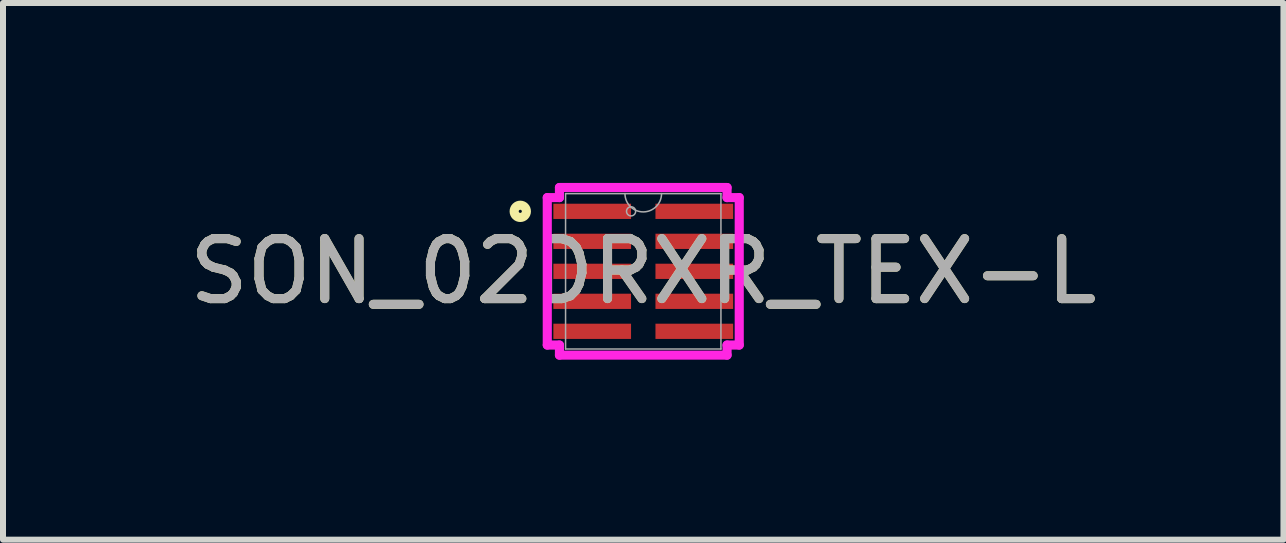
<source format=kicad_pcb>
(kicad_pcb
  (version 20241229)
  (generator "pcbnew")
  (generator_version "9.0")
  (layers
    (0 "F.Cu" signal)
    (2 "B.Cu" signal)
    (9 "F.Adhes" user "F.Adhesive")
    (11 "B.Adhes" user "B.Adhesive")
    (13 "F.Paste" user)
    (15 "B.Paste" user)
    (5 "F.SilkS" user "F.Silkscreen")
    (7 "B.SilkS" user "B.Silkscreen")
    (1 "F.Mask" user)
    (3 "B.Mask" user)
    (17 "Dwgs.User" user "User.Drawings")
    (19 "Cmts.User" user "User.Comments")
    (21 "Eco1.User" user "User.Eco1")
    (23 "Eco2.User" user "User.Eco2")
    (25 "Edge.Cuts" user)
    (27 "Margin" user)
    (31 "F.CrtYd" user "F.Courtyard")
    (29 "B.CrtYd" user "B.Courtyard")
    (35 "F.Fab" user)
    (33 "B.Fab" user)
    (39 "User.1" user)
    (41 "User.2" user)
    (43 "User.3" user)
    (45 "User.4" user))
  (footprint "SON_02DRXR_TEX-L"
    (layer "F.Cu")
    (at 7.673 1.473)
    (property "Reference" "SON_02DRXR_TEX-L" (at 0 0 0) (unlocked yes) (layer "F.SilkS") (effects (font (size 1 1) (thickness 0.15))))
    (attr smd)
    (fp_circle (center -2.05 -1) (end -1.948 -1) (stroke (width 0.152) (type solid)) (fill no) (layer "F.SilkS"))
    (fp_line (start -1.6 -1.229) (end -1.397 -1.229) (stroke (width 0.152) (type solid)) (layer "F.CrtYd"))
    (fp_line (start -1.6 1.229) (end -1.6 -1.229) (stroke (width 0.152) (type solid)) (layer "F.CrtYd"))
    (fp_line (start -1.6 1.229) (end -1.397 1.229) (stroke (width 0.152) (type solid)) (layer "F.CrtYd"))
    (fp_line (start -1.397 -1.397) (end 1.397 -1.397) (stroke (width 0.152) (type solid)) (layer "F.CrtYd"))
    (fp_line (start -1.397 -1.229) (end -1.397 -1.397) (stroke (width 0.152) (type solid)) (layer "F.CrtYd"))
    (fp_line (start -1.397 1.397) (end -1.397 1.229) (stroke (width 0.152) (type solid)) (layer "F.CrtYd"))
    (fp_line (start 1.397 -1.397) (end 1.397 -1.229) (stroke (width 0.152) (type solid)) (layer "F.CrtYd"))
    (fp_line (start 1.397 1.229) (end 1.397 1.397) (stroke (width 0.152) (type solid)) (layer "F.CrtYd"))
    (fp_line (start 1.397 1.397) (end -1.397 1.397) (stroke (width 0.152) (type solid)) (layer "F.CrtYd"))
    (fp_line (start 1.6 -1.229) (end 1.397 -1.229) (stroke (width 0.152) (type solid)) (layer "F.CrtYd"))
    (fp_line (start 1.6 -1.229) (end 1.6 1.229) (stroke (width 0.152) (type solid)) (layer "F.CrtYd"))
    (fp_line (start 1.6 1.229) (end 1.397 1.229) (stroke (width 0.152) (type solid)) (layer "F.CrtYd"))
    (fp_line (start -1.295 -1.295) (end -1.295 1.295) (stroke (width 0.025) (type solid)) (layer "F.Fab"))
    (fp_line (start -1.295 1.295) (end 1.295 1.295) (stroke (width 0.025) (type solid)) (layer "F.Fab"))
    (fp_line (start 1.295 -1.295) (end -1.295 -1.295) (stroke (width 0.025) (type solid)) (layer "F.Fab"))
    (fp_line (start 1.295 1.295) (end 1.295 -1.295) (stroke (width 0.025) (type solid)) (layer "F.Fab"))
    (fp_arc (start 0.3048 -1.2954) (mid 0 -0.9906) (end -0.3048 -1.2954) (stroke (width 0.0254) (type solid)) (layer "F.Fab"))
    (fp_circle (center -0.203 -1) (end -0.127 -1) (stroke (width 0.025) (type solid)) (fill no) (layer "F.Fab"))
    (fp_text user "${REFERENCE}" (at 0 0 0) (unlocked yes) (layer "F.Fab") (effects (font (size 1 1) (thickness 0.15))))
    (pad "1" smd rect (at -0.851 -1) (size 1.295 0.254) (layers "F.Cu" "F.Mask" "F.Paste"))
    (pad "2" smd rect (at -0.851 -0.5) (size 1.295 0.254) (layers "F.Cu" "F.Mask" "F.Paste"))
    (pad "3" smd rect (at -0.851 0) (size 1.295 0.254) (layers "F.Cu" "F.Mask" "F.Paste"))
    (pad "4" smd rect (at -0.851 0.5) (size 1.295 0.254) (layers "F.Cu" "F.Mask" "F.Paste"))
    (pad "5" smd rect (at -0.851 1) (size 1.295 0.254) (layers "F.Cu" "F.Mask" "F.Paste"))
    (pad "6" smd rect (at 0.851 1) (size 1.295 0.254) (layers "F.Cu" "F.Mask" "F.Paste"))
    (pad "7" smd rect (at 0.851 0.5) (size 1.295 0.254) (layers "F.Cu" "F.Mask" "F.Paste"))
    (pad "8" smd rect (at 0.851 0) (size 1.295 0.254) (layers "F.Cu" "F.Mask" "F.Paste"))
    (pad "9" smd rect (at 0.851 -0.5) (size 1.295 0.254) (layers "F.Cu" "F.Mask" "F.Paste"))
    (pad "10" smd rect (at 0.851 -1) (size 1.295 0.254) (layers "F.Cu" "F.Mask" "F.Paste")))
  (gr_rect
    (start -3 -3)
    (end 18.345 5.946)
    (stroke (width 0.1) (type default))
    (fill no)
    (layer "Edge.Cuts")))
</source>
